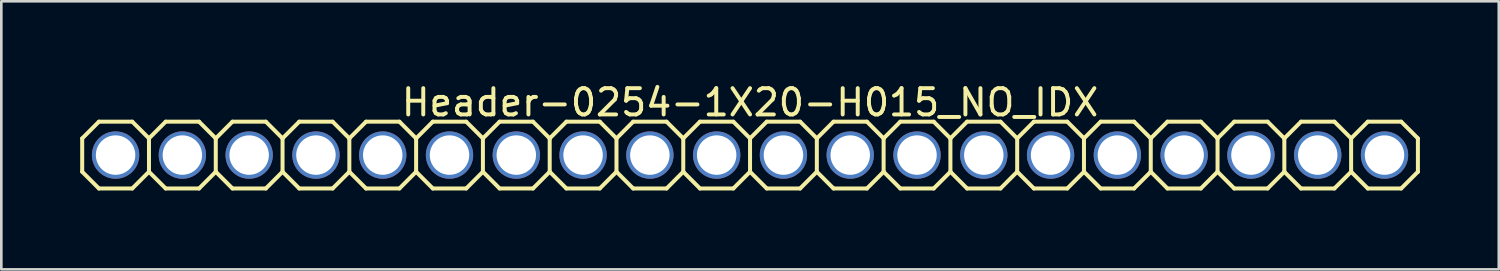
<source format=kicad_pcb>
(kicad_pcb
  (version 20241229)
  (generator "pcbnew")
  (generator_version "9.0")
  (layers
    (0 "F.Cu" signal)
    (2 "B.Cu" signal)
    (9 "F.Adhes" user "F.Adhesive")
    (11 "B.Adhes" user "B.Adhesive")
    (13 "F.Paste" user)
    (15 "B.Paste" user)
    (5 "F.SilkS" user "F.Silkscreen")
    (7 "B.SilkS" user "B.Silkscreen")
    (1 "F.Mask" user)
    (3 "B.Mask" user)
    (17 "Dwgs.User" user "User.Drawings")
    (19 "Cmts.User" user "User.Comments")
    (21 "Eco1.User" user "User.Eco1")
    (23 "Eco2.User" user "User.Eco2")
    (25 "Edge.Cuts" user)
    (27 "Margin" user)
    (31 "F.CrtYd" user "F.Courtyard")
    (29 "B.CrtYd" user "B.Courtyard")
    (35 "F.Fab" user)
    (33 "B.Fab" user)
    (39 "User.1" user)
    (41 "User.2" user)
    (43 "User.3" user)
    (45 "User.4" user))
  (footprint "Header-0254-1X20-H015_NO_IDX"
    (layer "F.Cu")
    (at 25.476 2.848)
    (property "Reference" "Header-0254-1X20-H015_NO_IDX" (at 0 -2 0) (layer "F.SilkS") (effects (font (size 1 1) (thickness 0.15))))
    (attr exclude_from_pos_files exclude_from_bom)
    (fp_line (start -25.4 -0.635) (end -25.4 0.635) (stroke (width 0.152) (type solid)) (layer "F.SilkS"))
    (fp_line (start -25.4 0.635) (end -24.765 1.27) (stroke (width 0.152) (type solid)) (layer "F.SilkS"))
    (fp_line (start -24.765 -1.27) (end -25.4 -0.635) (stroke (width 0.152) (type solid)) (layer "F.SilkS"))
    (fp_line (start -24.765 -1.27) (end -23.495 -1.27) (stroke (width 0.152) (type solid)) (layer "F.SilkS"))
    (fp_line (start -23.495 -1.27) (end -22.86 -0.635) (stroke (width 0.152) (type solid)) (layer "F.SilkS"))
    (fp_line (start -23.495 1.27) (end -24.765 1.27) (stroke (width 0.152) (type solid)) (layer "F.SilkS"))
    (fp_line (start -22.86 -0.635) (end -22.86 0.635) (stroke (width 0.152) (type solid)) (layer "F.SilkS"))
    (fp_line (start -22.86 -0.635) (end -22.225 -1.27) (stroke (width 0.152) (type solid)) (layer "F.SilkS"))
    (fp_line (start -22.86 0.635) (end -23.495 1.27) (stroke (width 0.152) (type solid)) (layer "F.SilkS"))
    (fp_line (start -22.225 -1.27) (end -20.955 -1.27) (stroke (width 0.152) (type solid)) (layer "F.SilkS"))
    (fp_line (start -22.225 1.27) (end -22.86 0.635) (stroke (width 0.152) (type solid)) (layer "F.SilkS"))
    (fp_line (start -20.955 -1.27) (end -20.32 -0.635) (stroke (width 0.152) (type solid)) (layer "F.SilkS"))
    (fp_line (start -20.955 1.27) (end -22.225 1.27) (stroke (width 0.152) (type solid)) (layer "F.SilkS"))
    (fp_line (start -20.32 -0.635) (end -20.32 0.635) (stroke (width 0.152) (type solid)) (layer "F.SilkS"))
    (fp_line (start -20.32 -0.635) (end -19.685 -1.27) (stroke (width 0.152) (type solid)) (layer "F.SilkS"))
    (fp_line (start -20.32 0.635) (end -20.955 1.27) (stroke (width 0.152) (type solid)) (layer "F.SilkS"))
    (fp_line (start -19.685 -1.27) (end -18.415 -1.27) (stroke (width 0.152) (type solid)) (layer "F.SilkS"))
    (fp_line (start -19.685 1.27) (end -20.32 0.635) (stroke (width 0.152) (type solid)) (layer "F.SilkS"))
    (fp_line (start -18.415 -1.27) (end -17.78 -0.635) (stroke (width 0.152) (type solid)) (layer "F.SilkS"))
    (fp_line (start -18.415 1.27) (end -19.685 1.27) (stroke (width 0.152) (type solid)) (layer "F.SilkS"))
    (fp_line (start -17.78 -0.635) (end -17.78 0.635) (stroke (width 0.152) (type solid)) (layer "F.SilkS"))
    (fp_line (start -17.78 0.635) (end -18.415 1.27) (stroke (width 0.152) (type solid)) (layer "F.SilkS"))
    (fp_line (start -17.78 0.635) (end -17.145 1.27) (stroke (width 0.152) (type solid)) (layer "F.SilkS"))
    (fp_line (start -17.145 -1.27) (end -17.78 -0.635) (stroke (width 0.152) (type solid)) (layer "F.SilkS"))
    (fp_line (start -17.145 -1.27) (end -15.875 -1.27) (stroke (width 0.152) (type solid)) (layer "F.SilkS"))
    (fp_line (start -15.875 -1.27) (end -15.24 -0.635) (stroke (width 0.152) (type solid)) (layer "F.SilkS"))
    (fp_line (start -15.875 1.27) (end -17.145 1.27) (stroke (width 0.152) (type solid)) (layer "F.SilkS"))
    (fp_line (start -15.24 -0.635) (end -15.24 0.635) (stroke (width 0.152) (type solid)) (layer "F.SilkS"))
    (fp_line (start -15.24 -0.635) (end -14.605 -1.27) (stroke (width 0.152) (type solid)) (layer "F.SilkS"))
    (fp_line (start -15.24 0.635) (end -15.875 1.27) (stroke (width 0.152) (type solid)) (layer "F.SilkS"))
    (fp_line (start -14.605 -1.27) (end -13.335 -1.27) (stroke (width 0.152) (type solid)) (layer "F.SilkS"))
    (fp_line (start -14.605 1.27) (end -15.24 0.635) (stroke (width 0.152) (type solid)) (layer "F.SilkS"))
    (fp_line (start -13.335 -1.27) (end -12.7 -0.635) (stroke (width 0.152) (type solid)) (layer "F.SilkS"))
    (fp_line (start -13.335 1.27) (end -14.605 1.27) (stroke (width 0.152) (type solid)) (layer "F.SilkS"))
    (fp_line (start -12.7 -0.635) (end -12.7 0.635) (stroke (width 0.152) (type solid)) (layer "F.SilkS"))
    (fp_line (start -12.7 -0.635) (end -12.065 -1.27) (stroke (width 0.152) (type solid)) (layer "F.SilkS"))
    (fp_line (start -12.7 0.635) (end -13.335 1.27) (stroke (width 0.152) (type solid)) (layer "F.SilkS"))
    (fp_line (start -12.065 -1.27) (end -10.795 -1.27) (stroke (width 0.152) (type solid)) (layer "F.SilkS"))
    (fp_line (start -12.065 1.27) (end -12.7 0.635) (stroke (width 0.152) (type solid)) (layer "F.SilkS"))
    (fp_line (start -10.795 -1.27) (end -10.16 -0.635) (stroke (width 0.152) (type solid)) (layer "F.SilkS"))
    (fp_line (start -10.795 1.27) (end -12.065 1.27) (stroke (width 0.152) (type solid)) (layer "F.SilkS"))
    (fp_line (start -10.16 -0.635) (end -10.16 0.635) (stroke (width 0.152) (type solid)) (layer "F.SilkS"))
    (fp_line (start -10.16 0.635) (end -10.795 1.27) (stroke (width 0.152) (type solid)) (layer "F.SilkS"))
    (fp_line (start -10.16 0.635) (end -9.525 1.27) (stroke (width 0.152) (type solid)) (layer "F.SilkS"))
    (fp_line (start -9.525 -1.27) (end -10.16 -0.635) (stroke (width 0.152) (type solid)) (layer "F.SilkS"))
    (fp_line (start -9.525 -1.27) (end -8.255 -1.27) (stroke (width 0.152) (type solid)) (layer "F.SilkS"))
    (fp_line (start -8.255 -1.27) (end -7.62 -0.635) (stroke (width 0.152) (type solid)) (layer "F.SilkS"))
    (fp_line (start -8.255 1.27) (end -9.525 1.27) (stroke (width 0.152) (type solid)) (layer "F.SilkS"))
    (fp_line (start -7.62 -0.635) (end -7.62 0.635) (stroke (width 0.152) (type solid)) (layer "F.SilkS"))
    (fp_line (start -7.62 -0.635) (end -6.985 -1.27) (stroke (width 0.152) (type solid)) (layer "F.SilkS"))
    (fp_line (start -7.62 0.635) (end -8.255 1.27) (stroke (width 0.152) (type solid)) (layer "F.SilkS"))
    (fp_line (start -6.985 -1.27) (end -5.715 -1.27) (stroke (width 0.152) (type solid)) (layer "F.SilkS"))
    (fp_line (start -6.985 1.27) (end -7.62 0.635) (stroke (width 0.152) (type solid)) (layer "F.SilkS"))
    (fp_line (start -5.715 -1.27) (end -5.08 -0.635) (stroke (width 0.152) (type solid)) (layer "F.SilkS"))
    (fp_line (start -5.715 1.27) (end -6.985 1.27) (stroke (width 0.152) (type solid)) (layer "F.SilkS"))
    (fp_line (start -5.08 -0.635) (end -5.08 0.635) (stroke (width 0.152) (type solid)) (layer "F.SilkS"))
    (fp_line (start -5.08 -0.635) (end -4.445 -1.27) (stroke (width 0.152) (type solid)) (layer "F.SilkS"))
    (fp_line (start -5.08 0.635) (end -5.715 1.27) (stroke (width 0.152) (type solid)) (layer "F.SilkS"))
    (fp_line (start -4.445 -1.27) (end -3.175 -1.27) (stroke (width 0.152) (type solid)) (layer "F.SilkS"))
    (fp_line (start -4.445 1.27) (end -5.08 0.635) (stroke (width 0.152) (type solid)) (layer "F.SilkS"))
    (fp_line (start -3.175 -1.27) (end -2.54 -0.635) (stroke (width 0.152) (type solid)) (layer "F.SilkS"))
    (fp_line (start -3.175 1.27) (end -4.445 1.27) (stroke (width 0.152) (type solid)) (layer "F.SilkS"))
    (fp_line (start -2.54 -0.635) (end -2.54 0.635) (stroke (width 0.152) (type solid)) (layer "F.SilkS"))
    (fp_line (start -2.54 0.635) (end -3.175 1.27) (stroke (width 0.152) (type solid)) (layer "F.SilkS"))
    (fp_line (start -2.54 0.635) (end -1.905 1.27) (stroke (width 0.152) (type solid)) (layer "F.SilkS"))
    (fp_line (start -1.905 -1.27) (end -2.54 -0.635) (stroke (width 0.152) (type solid)) (layer "F.SilkS"))
    (fp_line (start -1.905 -1.27) (end -0.635 -1.27) (stroke (width 0.152) (type solid)) (layer "F.SilkS"))
    (fp_line (start -0.635 -1.27) (end 0 -0.635) (stroke (width 0.152) (type solid)) (layer "F.SilkS"))
    (fp_line (start -0.635 1.27) (end -1.905 1.27) (stroke (width 0.152) (type solid)) (layer "F.SilkS"))
    (fp_line (start 0 -0.635) (end 0 0.635) (stroke (width 0.152) (type solid)) (layer "F.SilkS"))
    (fp_line (start 0 -0.635) (end 0.635 -1.27) (stroke (width 0.152) (type solid)) (layer "F.SilkS"))
    (fp_line (start 0 0.635) (end -0.635 1.27) (stroke (width 0.152) (type solid)) (layer "F.SilkS"))
    (fp_line (start 0.635 -1.27) (end 1.905 -1.27) (stroke (width 0.152) (type solid)) (layer "F.SilkS"))
    (fp_line (start 0.635 1.27) (end 0 0.635) (stroke (width 0.152) (type solid)) (layer "F.SilkS"))
    (fp_line (start 1.905 -1.27) (end 2.54 -0.635) (stroke (width 0.152) (type solid)) (layer "F.SilkS"))
    (fp_line (start 1.905 1.27) (end 0.635 1.27) (stroke (width 0.152) (type solid)) (layer "F.SilkS"))
    (fp_line (start 2.54 -0.635) (end 2.54 0.635) (stroke (width 0.152) (type solid)) (layer "F.SilkS"))
    (fp_line (start 2.54 -0.635) (end 3.175 -1.27) (stroke (width 0.152) (type solid)) (layer "F.SilkS"))
    (fp_line (start 2.54 0.635) (end 1.905 1.27) (stroke (width 0.152) (type solid)) (layer "F.SilkS"))
    (fp_line (start 3.175 -1.27) (end 4.445 -1.27) (stroke (width 0.152) (type solid)) (layer "F.SilkS"))
    (fp_line (start 3.175 1.27) (end 2.54 0.635) (stroke (width 0.152) (type solid)) (layer "F.SilkS"))
    (fp_line (start 4.445 -1.27) (end 5.08 -0.635) (stroke (width 0.152) (type solid)) (layer "F.SilkS"))
    (fp_line (start 4.445 1.27) (end 3.175 1.27) (stroke (width 0.152) (type solid)) (layer "F.SilkS"))
    (fp_line (start 5.08 -0.635) (end 5.08 0.635) (stroke (width 0.152) (type solid)) (layer "F.SilkS"))
    (fp_line (start 5.08 0.635) (end 4.445 1.27) (stroke (width 0.152) (type solid)) (layer "F.SilkS"))
    (fp_line (start 5.08 0.635) (end 5.715 1.27) (stroke (width 0.152) (type solid)) (layer "F.SilkS"))
    (fp_line (start 5.715 -1.27) (end 5.08 -0.635) (stroke (width 0.152) (type solid)) (layer "F.SilkS"))
    (fp_line (start 5.715 -1.27) (end 6.985 -1.27) (stroke (width 0.152) (type solid)) (layer "F.SilkS"))
    (fp_line (start 6.985 -1.27) (end 7.62 -0.635) (stroke (width 0.152) (type solid)) (layer "F.SilkS"))
    (fp_line (start 6.985 1.27) (end 5.715 1.27) (stroke (width 0.152) (type solid)) (layer "F.SilkS"))
    (fp_line (start 7.62 -0.635) (end 7.62 0.635) (stroke (width 0.152) (type solid)) (layer "F.SilkS"))
    (fp_line (start 7.62 -0.635) (end 8.255 -1.27) (stroke (width 0.152) (type solid)) (layer "F.SilkS"))
    (fp_line (start 7.62 0.635) (end 6.985 1.27) (stroke (width 0.152) (type solid)) (layer "F.SilkS"))
    (fp_line (start 8.255 -1.27) (end 9.525 -1.27) (stroke (width 0.152) (type solid)) (layer "F.SilkS"))
    (fp_line (start 8.255 1.27) (end 7.62 0.635) (stroke (width 0.152) (type solid)) (layer "F.SilkS"))
    (fp_line (start 9.525 -1.27) (end 10.16 -0.635) (stroke (width 0.152) (type solid)) (layer "F.SilkS"))
    (fp_line (start 9.525 1.27) (end 8.255 1.27) (stroke (width 0.152) (type solid)) (layer "F.SilkS"))
    (fp_line (start 10.16 -0.635) (end 10.16 0.635) (stroke (width 0.152) (type solid)) (layer "F.SilkS"))
    (fp_line (start 10.16 -0.635) (end 10.795 -1.27) (stroke (width 0.152) (type solid)) (layer "F.SilkS"))
    (fp_line (start 10.16 0.635) (end 9.525 1.27) (stroke (width 0.152) (type solid)) (layer "F.SilkS"))
    (fp_line (start 10.795 -1.27) (end 12.065 -1.27) (stroke (width 0.152) (type solid)) (layer "F.SilkS"))
    (fp_line (start 10.795 1.27) (end 10.16 0.635) (stroke (width 0.152) (type solid)) (layer "F.SilkS"))
    (fp_line (start 12.065 -1.27) (end 12.7 -0.635) (stroke (width 0.152) (type solid)) (layer "F.SilkS"))
    (fp_line (start 12.065 1.27) (end 10.795 1.27) (stroke (width 0.152) (type solid)) (layer "F.SilkS"))
    (fp_line (start 12.7 -0.635) (end 12.7 0.635) (stroke (width 0.152) (type solid)) (layer "F.SilkS"))
    (fp_line (start 12.7 0.635) (end 12.065 1.27) (stroke (width 0.152) (type solid)) (layer "F.SilkS"))
    (fp_line (start 12.7 0.635) (end 13.335 1.27) (stroke (width 0.152) (type solid)) (layer "F.SilkS"))
    (fp_line (start 13.335 -1.27) (end 12.7 -0.635) (stroke (width 0.152) (type solid)) (layer "F.SilkS"))
    (fp_line (start 13.335 -1.27) (end 14.605 -1.27) (stroke (width 0.152) (type solid)) (layer "F.SilkS"))
    (fp_line (start 14.605 -1.27) (end 15.24 -0.635) (stroke (width 0.152) (type solid)) (layer "F.SilkS"))
    (fp_line (start 14.605 1.27) (end 13.335 1.27) (stroke (width 0.152) (type solid)) (layer "F.SilkS"))
    (fp_line (start 15.24 -0.635) (end 15.24 0.635) (stroke (width 0.152) (type solid)) (layer "F.SilkS"))
    (fp_line (start 15.24 -0.635) (end 15.875 -1.27) (stroke (width 0.152) (type solid)) (layer "F.SilkS"))
    (fp_line (start 15.24 0.635) (end 14.605 1.27) (stroke (width 0.152) (type solid)) (layer "F.SilkS"))
    (fp_line (start 15.875 -1.27) (end 17.145 -1.27) (stroke (width 0.152) (type solid)) (layer "F.SilkS"))
    (fp_line (start 15.875 1.27) (end 15.24 0.635) (stroke (width 0.152) (type solid)) (layer "F.SilkS"))
    (fp_line (start 17.145 -1.27) (end 17.78 -0.635) (stroke (width 0.152) (type solid)) (layer "F.SilkS"))
    (fp_line (start 17.145 1.27) (end 15.875 1.27) (stroke (width 0.152) (type solid)) (layer "F.SilkS"))
    (fp_line (start 17.78 -0.635) (end 17.78 0.635) (stroke (width 0.152) (type solid)) (layer "F.SilkS"))
    (fp_line (start 17.78 -0.635) (end 18.415 -1.27) (stroke (width 0.152) (type solid)) (layer "F.SilkS"))
    (fp_line (start 17.78 0.635) (end 17.145 1.27) (stroke (width 0.152) (type solid)) (layer "F.SilkS"))
    (fp_line (start 18.415 -1.27) (end 19.685 -1.27) (stroke (width 0.152) (type solid)) (layer "F.SilkS"))
    (fp_line (start 18.415 1.27) (end 17.78 0.635) (stroke (width 0.152) (type solid)) (layer "F.SilkS"))
    (fp_line (start 19.685 -1.27) (end 20.32 -0.635) (stroke (width 0.152) (type solid)) (layer "F.SilkS"))
    (fp_line (start 19.685 1.27) (end 18.415 1.27) (stroke (width 0.152) (type solid)) (layer "F.SilkS"))
    (fp_line (start 20.32 -0.635) (end 20.32 0.635) (stroke (width 0.152) (type solid)) (layer "F.SilkS"))
    (fp_line (start 20.32 0.635) (end 19.685 1.27) (stroke (width 0.152) (type solid)) (layer "F.SilkS"))
    (fp_line (start 20.32 0.635) (end 20.955 1.27) (stroke (width 0.152) (type solid)) (layer "F.SilkS"))
    (fp_line (start 20.955 -1.27) (end 20.32 -0.635) (stroke (width 0.152) (type solid)) (layer "F.SilkS"))
    (fp_line (start 20.955 -1.27) (end 22.225 -1.27) (stroke (width 0.152) (type solid)) (layer "F.SilkS"))
    (fp_line (start 22.225 -1.27) (end 22.86 -0.635) (stroke (width 0.152) (type solid)) (layer "F.SilkS"))
    (fp_line (start 22.225 1.27) (end 20.955 1.27) (stroke (width 0.152) (type solid)) (layer "F.SilkS"))
    (fp_line (start 22.86 -0.635) (end 22.86 0.635) (stroke (width 0.152) (type solid)) (layer "F.SilkS"))
    (fp_line (start 22.86 0.635) (end 22.225 1.27) (stroke (width 0.152) (type solid)) (layer "F.SilkS"))
    (fp_line (start 22.86 0.635) (end 23.495 1.27) (stroke (width 0.152) (type solid)) (layer "F.SilkS"))
    (fp_line (start 23.495 -1.27) (end 22.86 -0.635) (stroke (width 0.152) (type solid)) (layer "F.SilkS"))
    (fp_line (start 23.495 -1.27) (end 24.765 -1.27) (stroke (width 0.152) (type solid)) (layer "F.SilkS"))
    (fp_line (start 24.765 -1.27) (end 25.4 -0.635) (stroke (width 0.152) (type solid)) (layer "F.SilkS"))
    (fp_line (start 24.765 1.27) (end 23.495 1.27) (stroke (width 0.152) (type solid)) (layer "F.SilkS"))
    (fp_line (start 25.4 -0.635) (end 25.4 0.635) (stroke (width 0.152) (type solid)) (layer "F.SilkS"))
    (fp_line (start 25.4 0.635) (end 24.765 1.27) (stroke (width 0.152) (type solid)) (layer "F.SilkS"))
    (pad "1" thru_hole circle (at -24.13 0 180) (size 1.8 1.8) (drill 1.5) (layers "*.Cu" "*.Mask"))
    (pad "2" thru_hole circle (at -21.59 0 180) (size 1.8 1.8) (drill 1.5) (layers "*.Cu" "*.Mask"))
    (pad "3" thru_hole circle (at -19.05 0 180) (size 1.8 1.8) (drill 1.5) (layers "*.Cu" "*.Mask"))
    (pad "4" thru_hole circle (at -16.51 0 180) (size 1.8 1.8) (drill 1.5) (layers "*.Cu" "*.Mask"))
    (pad "5" thru_hole circle (at -13.97 0 180) (size 1.8 1.8) (drill 1.5) (layers "*.Cu" "*.Mask"))
    (pad "6" thru_hole circle (at -11.43 0 180) (size 1.8 1.8) (drill 1.5) (layers "*.Cu" "*.Mask"))
    (pad "7" thru_hole circle (at -8.89 0 180) (size 1.8 1.8) (drill 1.5) (layers "*.Cu" "*.Mask"))
    (pad "8" thru_hole circle (at -6.35 0 180) (size 1.8 1.8) (drill 1.5) (layers "*.Cu" "*.Mask"))
    (pad "9" thru_hole circle (at -3.81 0 180) (size 1.8 1.8) (drill 1.5) (layers "*.Cu" "*.Mask"))
    (pad "10" thru_hole circle (at -1.27 0 180) (size 1.8 1.8) (drill 1.5) (layers "*.Cu" "*.Mask"))
    (pad "11" thru_hole circle (at 1.27 0 180) (size 1.8 1.8) (drill 1.5) (layers "*.Cu" "*.Mask"))
    (pad "12" thru_hole circle (at 3.81 0 180) (size 1.8 1.8) (drill 1.5) (layers "*.Cu" "*.Mask"))
    (pad "13" thru_hole circle (at 6.35 0 180) (size 1.8 1.8) (drill 1.5) (layers "*.Cu" "*.Mask"))
    (pad "14" thru_hole circle (at 8.89 0 180) (size 1.8 1.8) (drill 1.5) (layers "*.Cu" "*.Mask"))
    (pad "15" thru_hole circle (at 11.43 0 180) (size 1.8 1.8) (drill 1.5) (layers "*.Cu" "*.Mask"))
    (pad "16" thru_hole circle (at 13.97 0 180) (size 1.8 1.8) (drill 1.5) (layers "*.Cu" "*.Mask"))
    (pad "17" thru_hole circle (at 16.51 0 180) (size 1.8 1.8) (drill 1.5) (layers "*.Cu" "*.Mask"))
    (pad "18" thru_hole circle (at 19.05 0 180) (size 1.8 1.8) (drill 1.5) (layers "*.Cu" "*.Mask"))
    (pad "19" thru_hole circle (at 21.59 0 180) (size 1.8 1.8) (drill 1.5) (layers "*.Cu" "*.Mask"))
    (pad "20" thru_hole circle (at 24.13 0 180) (size 1.8 1.8) (drill 1.5) (layers "*.Cu" "*.Mask")))
  (gr_rect
    (start -3 -3)
    (end 53.952 7.194)
    (stroke (width 0.1) (type default))
    (fill no)
    (layer "Edge.Cuts")))
</source>
